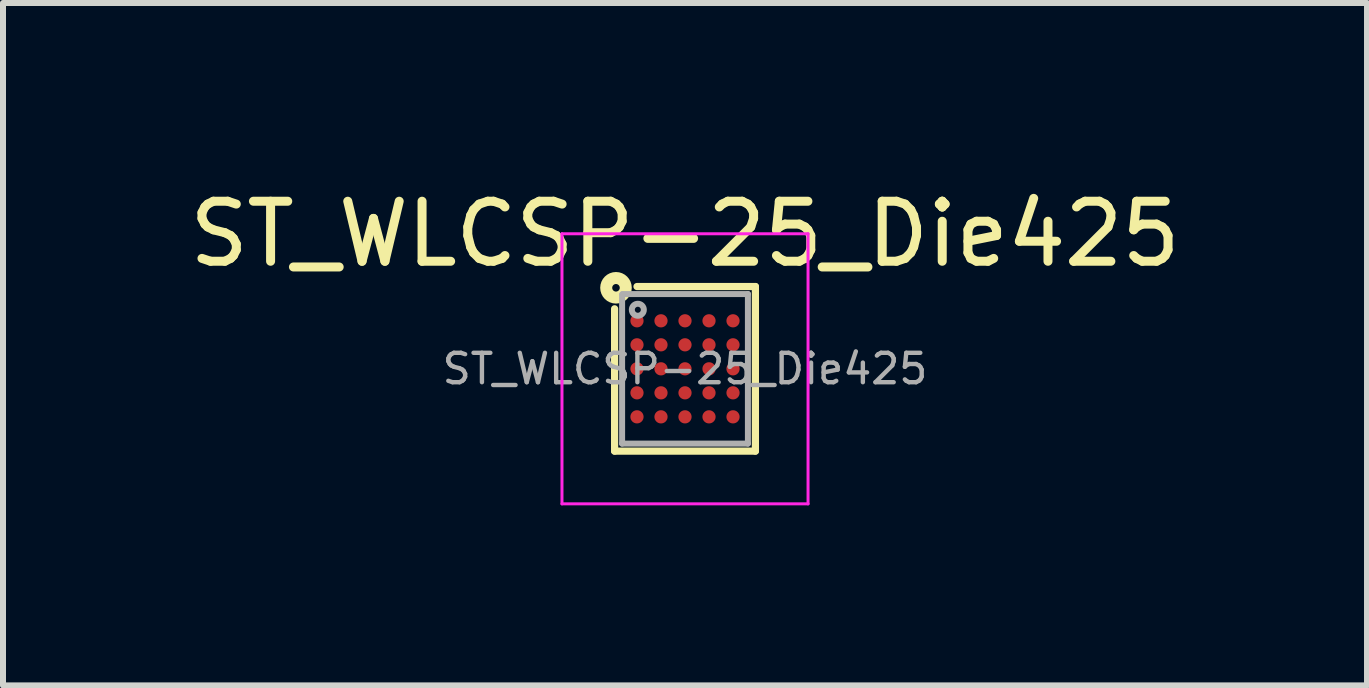
<source format=kicad_pcb>
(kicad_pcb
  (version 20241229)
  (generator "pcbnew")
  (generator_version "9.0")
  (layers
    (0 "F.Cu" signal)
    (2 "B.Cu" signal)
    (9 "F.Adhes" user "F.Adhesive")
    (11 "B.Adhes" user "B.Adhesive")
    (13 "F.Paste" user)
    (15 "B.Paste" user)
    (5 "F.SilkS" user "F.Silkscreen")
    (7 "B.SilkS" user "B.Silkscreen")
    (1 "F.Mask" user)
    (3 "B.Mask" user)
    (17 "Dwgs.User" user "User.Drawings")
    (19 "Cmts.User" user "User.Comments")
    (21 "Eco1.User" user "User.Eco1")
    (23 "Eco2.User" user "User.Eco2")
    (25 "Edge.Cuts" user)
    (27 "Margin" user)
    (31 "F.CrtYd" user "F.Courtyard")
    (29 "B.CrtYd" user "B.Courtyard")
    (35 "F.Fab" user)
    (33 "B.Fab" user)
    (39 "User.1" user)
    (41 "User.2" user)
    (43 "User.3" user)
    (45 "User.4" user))
  (footprint "ST_WLCSP-25_Die425"
    (layer "F.Cu")
    (at 8.363 3.095)
    (property "Reference" "ST_WLCSP-25_Die425" (at 0 -2.247 0) (layer "F.SilkS") (effects (font (size 1 1) (thickness 0.15))))
    (attr smd)
    (fp_line (start -1.173 1.371) (end -1.173 -1) (stroke (width 0.12) (type solid)) (layer "F.SilkS"))
    (fp_line (start -0.8 -1.371) (end 1.173 -1.371) (stroke (width 0.12) (type solid)) (layer "F.SilkS"))
    (fp_line (start 1.173 -1.371) (end 1.173 1.371) (stroke (width 0.12) (type solid)) (layer "F.SilkS"))
    (fp_line (start 1.173 1.371) (end -1.173 1.371) (stroke (width 0.12) (type solid)) (layer "F.SilkS"))
    (fp_circle (center -1.15 -1.35) (end -1.087 -1.35) (stroke (width 0.2) (type solid)) (fill no) (layer "F.SilkS"))
    (fp_line (start -2.05 -2.25) (end -2.05 2.25) (stroke (width 0.05) (type solid)) (layer "F.CrtYd"))
    (fp_line (start -2.05 2.25) (end 2.05 2.25) (stroke (width 0.05) (type solid)) (layer "F.CrtYd"))
    (fp_line (start 2.05 -2.25) (end -2.05 -2.25) (stroke (width 0.05) (type solid)) (layer "F.CrtYd"))
    (fp_line (start 2.05 2.25) (end 2.05 -2.25) (stroke (width 0.05) (type solid)) (layer "F.CrtYd"))
    (fp_line (start -1.048 1.246) (end -1.048 -1.24) (stroke (width 0.1) (type solid)) (layer "F.Fab"))
    (fp_line (start -1.04 -1.246) (end 1.048 -1.246) (stroke (width 0.1) (type solid)) (layer "F.Fab"))
    (fp_line (start 1.048 -1.246) (end 1.048 1.246) (stroke (width 0.1) (type solid)) (layer "F.Fab"))
    (fp_line (start 1.048 1.246) (end -1.048 1.246) (stroke (width 0.1) (type solid)) (layer "F.Fab"))
    (fp_circle (center -0.786 -0.984) (end -0.686 -0.984) (stroke (width 0.1) (type solid)) (fill no) (layer "F.Fab"))
    (fp_text user "${REFERENCE}" (at 0 0 0) (layer "F.Fab") (effects (font (size 0.49 0.49) (thickness 0.073))))
    (pad "A1" smd circle (at -0.8 -0.8) (size 0.22 0.22) (layers "F.Cu" "F.Mask" "F.Paste"))
    (pad "A2" smd circle (at -0.4 -0.8) (size 0.22 0.22) (layers "F.Cu" "F.Mask" "F.Paste"))
    (pad "A3" smd circle (at 0 -0.8) (size 0.22 0.22) (layers "F.Cu" "F.Mask" "F.Paste"))
    (pad "A4" smd circle (at 0.4 -0.8) (size 0.22 0.22) (layers "F.Cu" "F.Mask" "F.Paste"))
    (pad "A5" smd circle (at 0.8 -0.8) (size 0.22 0.22) (layers "F.Cu" "F.Mask" "F.Paste"))
    (pad "B1" smd circle (at -0.8 -0.4) (size 0.22 0.22) (layers "F.Cu" "F.Mask" "F.Paste"))
    (pad "B2" smd circle (at -0.4 -0.4) (size 0.22 0.22) (layers "F.Cu" "F.Mask" "F.Paste"))
    (pad "B3" smd circle (at 0 -0.4) (size 0.22 0.22) (layers "F.Cu" "F.Mask" "F.Paste"))
    (pad "B4" smd circle (at 0.4 -0.4) (size 0.22 0.22) (layers "F.Cu" "F.Mask" "F.Paste"))
    (pad "B5" smd circle (at 0.8 -0.4) (size 0.22 0.22) (layers "F.Cu" "F.Mask" "F.Paste"))
    (pad "C1" smd circle (at -0.8 0) (size 0.22 0.22) (layers "F.Cu" "F.Mask" "F.Paste"))
    (pad "C2" smd circle (at -0.4 0) (size 0.22 0.22) (layers "F.Cu" "F.Mask" "F.Paste"))
    (pad "C3" smd circle (at 0 0) (size 0.22 0.22) (layers "F.Cu" "F.Mask" "F.Paste"))
    (pad "C4" smd circle (at 0.4 0) (size 0.22 0.22) (layers "F.Cu" "F.Mask" "F.Paste"))
    (pad "C5" smd circle (at 0.8 0) (size 0.22 0.22) (layers "F.Cu" "F.Mask" "F.Paste"))
    (pad "D1" smd circle (at -0.8 0.4) (size 0.22 0.22) (layers "F.Cu" "F.Mask" "F.Paste"))
    (pad "D2" smd circle (at -0.4 0.4) (size 0.22 0.22) (layers "F.Cu" "F.Mask" "F.Paste"))
    (pad "D3" smd circle (at 0 0.4) (size 0.22 0.22) (layers "F.Cu" "F.Mask" "F.Paste"))
    (pad "D4" smd circle (at 0.4 0.4) (size 0.22 0.22) (layers "F.Cu" "F.Mask" "F.Paste"))
    (pad "D5" smd circle (at 0.8 0.4) (size 0.22 0.22) (layers "F.Cu" "F.Mask" "F.Paste"))
    (pad "E1" smd circle (at -0.8 0.8) (size 0.22 0.22) (layers "F.Cu" "F.Mask" "F.Paste"))
    (pad "E2" smd circle (at -0.4 0.8) (size 0.22 0.22) (layers "F.Cu" "F.Mask" "F.Paste"))
    (pad "E3" smd circle (at 0 0.8) (size 0.22 0.22) (layers "F.Cu" "F.Mask" "F.Paste"))
    (pad "E4" smd circle (at 0.4 0.8) (size 0.22 0.22) (layers "F.Cu" "F.Mask" "F.Paste"))
    (pad "E5" smd circle (at 0.8 0.8) (size 0.22 0.22) (layers "F.Cu" "F.Mask" "F.Paste")))
  (gr_rect
    (start -3 -3)
    (end 19.726 8.37)
    (stroke (width 0.1) (type default))
    (fill no)
    (layer "Edge.Cuts")))
</source>
